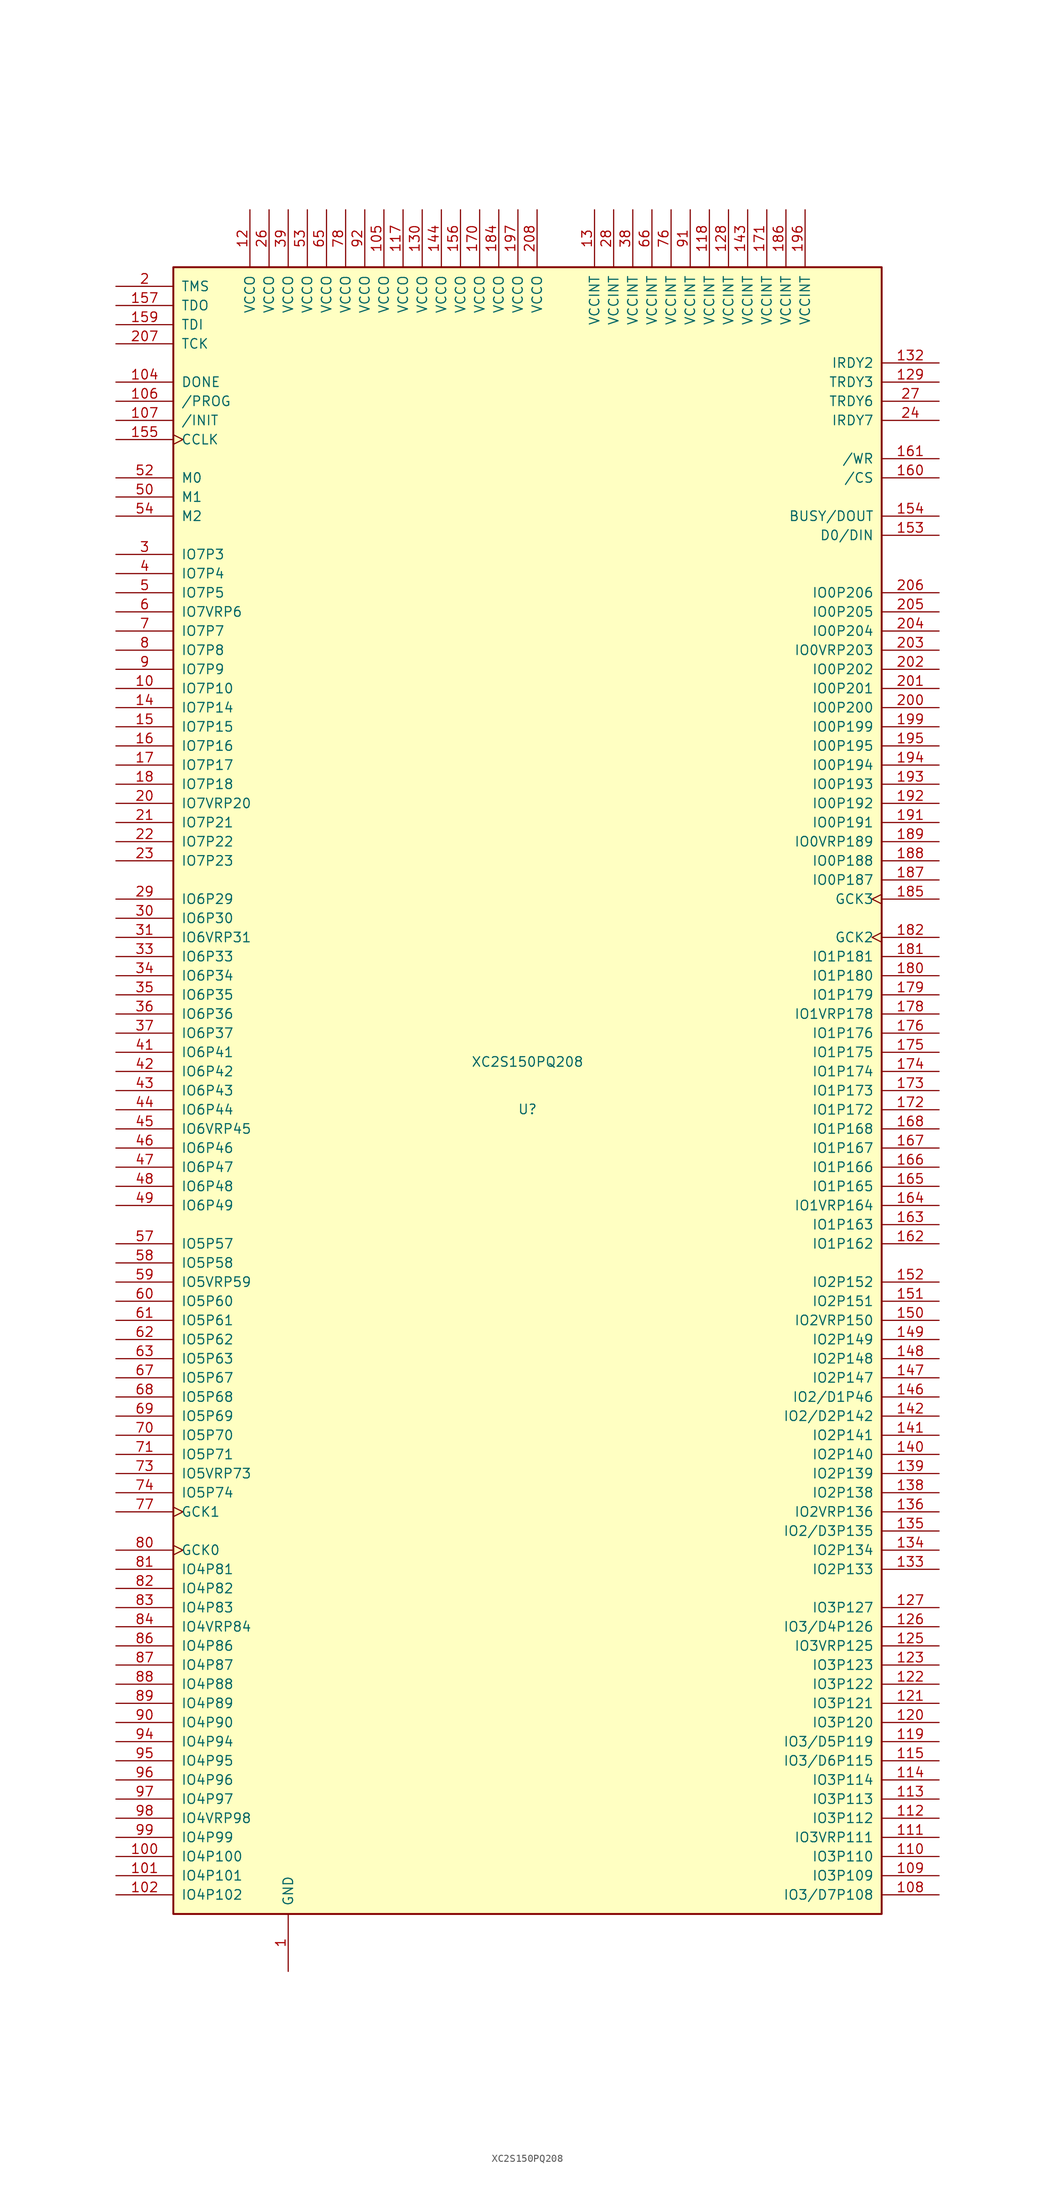
<source format=kicad_sym>
(kicad_symbol_lib
  (version 20231120)
  (generator "kicad_symbol_editor")
  (generator_version "8.0")
  (symbol "XC2S150PQ208"
    (pin_names
      (offset 1.016))
    (property "Reference" "U"
      (at 0 -2.489 0)
      (effects (font (size 1.27 1.27))))
    (property "Value" "XC2S150PQ208"
      (at 0 3.81 0)
      (effects (font (size 1.27 1.27))))
    (symbol "XC2S150PQ208_0_1"
      (rectangle (start -46.99 109.22) (end 46.99 -109.22) (stroke (width 0.254) (type default)) (fill (type background))))
    (symbol "XC2S150PQ208_1_1"
      (pin power_in line (at -31.75 -116.84 90) (length 7.62) (name "GND" (effects (font (size 1.27 1.27)))) (number "1" (effects (font (size 1.27 1.27)))))
      (pin bidirectional line (at -54.61 53.34 0) (length 7.62) (name "IO7P10" (effects (font (size 1.27 1.27)))) (number "10" (effects (font (size 1.27 1.27)))))
      (pin bidirectional line (at -54.61 -101.6 0) (length 7.62) (name "IO4P100" (effects (font (size 1.27 1.27)))) (number "100" (effects (font (size 1.27 1.27)))))
      (pin bidirectional line (at -54.61 -104.14 0) (length 7.62) (name "IO4P101" (effects (font (size 1.27 1.27)))) (number "101" (effects (font (size 1.27 1.27)))))
      (pin bidirectional line (at -54.61 -106.68 0) (length 7.62) (name "IO4P102" (effects (font (size 1.27 1.27)))) (number "102" (effects (font (size 1.27 1.27)))))
      (pin passive line (at -31.75 -116.84 90) (length 7.62) hide (name "GND" (effects (font (size 1.27 1.27)))) (number "103" (effects (font (size 1.27 1.27)))))
      (pin bidirectional line (at -54.61 93.98 0) (length 7.62) (name "DONE" (effects (font (size 1.27 1.27)))) (number "104" (effects (font (size 1.27 1.27)))))
      (pin power_in line (at -19.05 116.84 270) (length 7.62) (name "VCCO" (effects (font (size 1.27 1.27)))) (number "105" (effects (font (size 1.27 1.27)))))
      (pin input line (at -54.61 91.44 0) (length 7.62) (name "/PROG" (effects (font (size 1.27 1.27)))) (number "106" (effects (font (size 1.27 1.27)))))
      (pin bidirectional line (at -54.61 88.9 0) (length 7.62) (name "/INIT" (effects (font (size 1.27 1.27)))) (number "107" (effects (font (size 1.27 1.27)))))
      (pin bidirectional line (at 54.61 -106.68 180) (length 7.62) (name "IO3/D7P108" (effects (font (size 1.27 1.27)))) (number "108" (effects (font (size 1.27 1.27)))))
      (pin bidirectional line (at 54.61 -104.14 180) (length 7.62) (name "IO3P109" (effects (font (size 1.27 1.27)))) (number "109" (effects (font (size 1.27 1.27)))))
      (pin passive line (at -31.75 -116.84 90) (length 7.62) hide (name "GND" (effects (font (size 1.27 1.27)))) (number "11" (effects (font (size 1.27 1.27)))))
      (pin bidirectional line (at 54.61 -101.6 180) (length 7.62) (name "IO3P110" (effects (font (size 1.27 1.27)))) (number "110" (effects (font (size 1.27 1.27)))))
      (pin bidirectional line (at 54.61 -99.06 180) (length 7.62) (name "IO3VRP111" (effects (font (size 1.27 1.27)))) (number "111" (effects (font (size 1.27 1.27)))))
      (pin bidirectional line (at 54.61 -96.52 180) (length 7.62) (name "IO3P112" (effects (font (size 1.27 1.27)))) (number "112" (effects (font (size 1.27 1.27)))))
      (pin bidirectional line (at 54.61 -93.98 180) (length 7.62) (name "IO3P113" (effects (font (size 1.27 1.27)))) (number "113" (effects (font (size 1.27 1.27)))))
      (pin bidirectional line (at 54.61 -91.44 180) (length 7.62) (name "IO3P114" (effects (font (size 1.27 1.27)))) (number "114" (effects (font (size 1.27 1.27)))))
      (pin bidirectional line (at 54.61 -88.9 180) (length 7.62) (name "IO3/D6P115" (effects (font (size 1.27 1.27)))) (number "115" (effects (font (size 1.27 1.27)))))
      (pin passive line (at -31.75 -116.84 90) (length 7.62) hide (name "GND" (effects (font (size 1.27 1.27)))) (number "116" (effects (font (size 1.27 1.27)))))
      (pin power_in line (at -16.51 116.84 270) (length 7.62) (name "VCCO" (effects (font (size 1.27 1.27)))) (number "117" (effects (font (size 1.27 1.27)))))
      (pin power_in line (at 24.13 116.84 270) (length 7.62) (name "VCCINT" (effects (font (size 1.27 1.27)))) (number "118" (effects (font (size 1.27 1.27)))))
      (pin bidirectional line (at 54.61 -86.36 180) (length 7.62) (name "IO3/D5P119" (effects (font (size 1.27 1.27)))) (number "119" (effects (font (size 1.27 1.27)))))
      (pin power_in line (at -36.83 116.84 270) (length 7.62) (name "VCCO" (effects (font (size 1.27 1.27)))) (number "12" (effects (font (size 1.27 1.27)))))
      (pin bidirectional line (at 54.61 -83.82 180) (length 7.62) (name "IO3P120" (effects (font (size 1.27 1.27)))) (number "120" (effects (font (size 1.27 1.27)))))
      (pin bidirectional line (at 54.61 -81.28 180) (length 7.62) (name "IO3P121" (effects (font (size 1.27 1.27)))) (number "121" (effects (font (size 1.27 1.27)))))
      (pin bidirectional line (at 54.61 -78.74 180) (length 7.62) (name "IO3P122" (effects (font (size 1.27 1.27)))) (number "122" (effects (font (size 1.27 1.27)))))
      (pin bidirectional line (at 54.61 -76.2 180) (length 7.62) (name "IO3P123" (effects (font (size 1.27 1.27)))) (number "123" (effects (font (size 1.27 1.27)))))
      (pin passive line (at -31.75 -116.84 90) (length 7.62) hide (name "GND" (effects (font (size 1.27 1.27)))) (number "124" (effects (font (size 1.27 1.27)))))
      (pin bidirectional line (at 54.61 -73.66 180) (length 7.62) (name "IO3VRP125" (effects (font (size 1.27 1.27)))) (number "125" (effects (font (size 1.27 1.27)))))
      (pin bidirectional line (at 54.61 -71.12 180) (length 7.62) (name "IO3/D4P126" (effects (font (size 1.27 1.27)))) (number "126" (effects (font (size 1.27 1.27)))))
      (pin bidirectional line (at 54.61 -68.58 180) (length 7.62) (name "IO3P127" (effects (font (size 1.27 1.27)))) (number "127" (effects (font (size 1.27 1.27)))))
      (pin power_in line (at 26.67 116.84 270) (length 7.62) (name "VCCINT" (effects (font (size 1.27 1.27)))) (number "128" (effects (font (size 1.27 1.27)))))
      (pin bidirectional line (at 54.61 93.98 180) (length 7.62) (name "TRDY3" (effects (font (size 1.27 1.27)))) (number "129" (effects (font (size 1.27 1.27)))))
      (pin power_in line (at 8.89 116.84 270) (length 7.62) (name "VCCINT" (effects (font (size 1.27 1.27)))) (number "13" (effects (font (size 1.27 1.27)))))
      (pin power_in line (at -13.97 116.84 270) (length 7.62) (name "VCCO" (effects (font (size 1.27 1.27)))) (number "130" (effects (font (size 1.27 1.27)))))
      (pin passive line (at -31.75 -116.84 90) (length 7.62) hide (name "GND" (effects (font (size 1.27 1.27)))) (number "131" (effects (font (size 1.27 1.27)))))
      (pin bidirectional line (at 54.61 96.52 180) (length 7.62) (name "IRDY2" (effects (font (size 1.27 1.27)))) (number "132" (effects (font (size 1.27 1.27)))))
      (pin bidirectional line (at 54.61 -63.5 180) (length 7.62) (name "IO2P133" (effects (font (size 1.27 1.27)))) (number "133" (effects (font (size 1.27 1.27)))))
      (pin bidirectional line (at 54.61 -60.96 180) (length 7.62) (name "IO2P134" (effects (font (size 1.27 1.27)))) (number "134" (effects (font (size 1.27 1.27)))))
      (pin bidirectional line (at 54.61 -58.42 180) (length 7.62) (name "IO2/D3P135" (effects (font (size 1.27 1.27)))) (number "135" (effects (font (size 1.27 1.27)))))
      (pin bidirectional line (at 54.61 -55.88 180) (length 7.62) (name "IO2VRP136" (effects (font (size 1.27 1.27)))) (number "136" (effects (font (size 1.27 1.27)))))
      (pin passive line (at -31.75 -116.84 90) (length 7.62) hide (name "GND" (effects (font (size 1.27 1.27)))) (number "137" (effects (font (size 1.27 1.27)))))
      (pin bidirectional line (at 54.61 -53.34 180) (length 7.62) (name "IO2P138" (effects (font (size 1.27 1.27)))) (number "138" (effects (font (size 1.27 1.27)))))
      (pin bidirectional line (at 54.61 -50.8 180) (length 7.62) (name "IO2P139" (effects (font (size 1.27 1.27)))) (number "139" (effects (font (size 1.27 1.27)))))
      (pin bidirectional line (at -54.61 50.8 0) (length 7.62) (name "IO7P14" (effects (font (size 1.27 1.27)))) (number "14" (effects (font (size 1.27 1.27)))))
      (pin bidirectional line (at 54.61 -48.26 180) (length 7.62) (name "IO2P140" (effects (font (size 1.27 1.27)))) (number "140" (effects (font (size 1.27 1.27)))))
      (pin bidirectional line (at 54.61 -45.72 180) (length 7.62) (name "IO2P141" (effects (font (size 1.27 1.27)))) (number "141" (effects (font (size 1.27 1.27)))))
      (pin bidirectional line (at 54.61 -43.18 180) (length 7.62) (name "IO2/D2P142" (effects (font (size 1.27 1.27)))) (number "142" (effects (font (size 1.27 1.27)))))
      (pin power_in line (at 29.21 116.84 270) (length 7.62) (name "VCCINT" (effects (font (size 1.27 1.27)))) (number "143" (effects (font (size 1.27 1.27)))))
      (pin power_in line (at -11.43 116.84 270) (length 7.62) (name "VCCO" (effects (font (size 1.27 1.27)))) (number "144" (effects (font (size 1.27 1.27)))))
      (pin passive line (at -31.75 -116.84 90) (length 7.62) hide (name "GND" (effects (font (size 1.27 1.27)))) (number "145" (effects (font (size 1.27 1.27)))))
      (pin bidirectional line (at 54.61 -40.64 180) (length 7.62) (name "IO2/D1P46" (effects (font (size 1.27 1.27)))) (number "146" (effects (font (size 1.27 1.27)))))
      (pin bidirectional line (at 54.61 -38.1 180) (length 7.62) (name "IO2P147" (effects (font (size 1.27 1.27)))) (number "147" (effects (font (size 1.27 1.27)))))
      (pin bidirectional line (at 54.61 -35.56 180) (length 7.62) (name "IO2P148" (effects (font (size 1.27 1.27)))) (number "148" (effects (font (size 1.27 1.27)))))
      (pin bidirectional line (at 54.61 -33.02 180) (length 7.62) (name "IO2P149" (effects (font (size 1.27 1.27)))) (number "149" (effects (font (size 1.27 1.27)))))
      (pin bidirectional line (at -54.61 48.26 0) (length 7.62) (name "IO7P15" (effects (font (size 1.27 1.27)))) (number "15" (effects (font (size 1.27 1.27)))))
      (pin bidirectional line (at 54.61 -30.48 180) (length 7.62) (name "IO2VRP150" (effects (font (size 1.27 1.27)))) (number "150" (effects (font (size 1.27 1.27)))))
      (pin bidirectional line (at 54.61 -27.94 180) (length 7.62) (name "IO2P151" (effects (font (size 1.27 1.27)))) (number "151" (effects (font (size 1.27 1.27)))))
      (pin bidirectional line (at 54.61 -25.4 180) (length 7.62) (name "IO2P152" (effects (font (size 1.27 1.27)))) (number "152" (effects (font (size 1.27 1.27)))))
      (pin bidirectional line (at 54.61 73.66 180) (length 7.62) (name "D0/DIN" (effects (font (size 1.27 1.27)))) (number "153" (effects (font (size 1.27 1.27)))))
      (pin bidirectional line (at 54.61 76.2 180) (length 7.62) (name "BUSY/DOUT" (effects (font (size 1.27 1.27)))) (number "154" (effects (font (size 1.27 1.27)))))
      (pin bidirectional clock (at -54.61 86.36 0) (length 7.62) (name "CCLK" (effects (font (size 1.27 1.27)))) (number "155" (effects (font (size 1.27 1.27)))))
      (pin power_in line (at -8.89 116.84 270) (length 7.62) (name "VCCO" (effects (font (size 1.27 1.27)))) (number "156" (effects (font (size 1.27 1.27)))))
      (pin bidirectional line (at -54.61 104.14 0) (length 7.62) (name "TDO" (effects (font (size 1.27 1.27)))) (number "157" (effects (font (size 1.27 1.27)))))
      (pin passive line (at -31.75 -116.84 90) (length 7.62) hide (name "GND" (effects (font (size 1.27 1.27)))) (number "158" (effects (font (size 1.27 1.27)))))
      (pin bidirectional line (at -54.61 101.6 0) (length 7.62) (name "TDI" (effects (font (size 1.27 1.27)))) (number "159" (effects (font (size 1.27 1.27)))))
      (pin bidirectional line (at -54.61 45.72 0) (length 7.62) (name "IO7P16" (effects (font (size 1.27 1.27)))) (number "16" (effects (font (size 1.27 1.27)))))
      (pin bidirectional line (at 54.61 81.28 180) (length 7.62) (name "/CS" (effects (font (size 1.27 1.27)))) (number "160" (effects (font (size 1.27 1.27)))))
      (pin bidirectional line (at 54.61 83.82 180) (length 7.62) (name "/WR" (effects (font (size 1.27 1.27)))) (number "161" (effects (font (size 1.27 1.27)))))
      (pin bidirectional line (at 54.61 -20.32 180) (length 7.62) (name "IO1P162" (effects (font (size 1.27 1.27)))) (number "162" (effects (font (size 1.27 1.27)))))
      (pin bidirectional line (at 54.61 -17.78 180) (length 7.62) (name "IO1P163" (effects (font (size 1.27 1.27)))) (number "163" (effects (font (size 1.27 1.27)))))
      (pin bidirectional line (at 54.61 -15.24 180) (length 7.62) (name "IO1VRP164" (effects (font (size 1.27 1.27)))) (number "164" (effects (font (size 1.27 1.27)))))
      (pin bidirectional line (at 54.61 -12.7 180) (length 7.62) (name "IO1P165" (effects (font (size 1.27 1.27)))) (number "165" (effects (font (size 1.27 1.27)))))
      (pin bidirectional line (at 54.61 -10.16 180) (length 7.62) (name "IO1P166" (effects (font (size 1.27 1.27)))) (number "166" (effects (font (size 1.27 1.27)))))
      (pin bidirectional line (at 54.61 -7.62 180) (length 7.62) (name "IO1P167" (effects (font (size 1.27 1.27)))) (number "167" (effects (font (size 1.27 1.27)))))
      (pin bidirectional line (at 54.61 -5.08 180) (length 7.62) (name "IO1P168" (effects (font (size 1.27 1.27)))) (number "168" (effects (font (size 1.27 1.27)))))
      (pin passive line (at -31.75 -116.84 90) (length 7.62) hide (name "GND" (effects (font (size 1.27 1.27)))) (number "169" (effects (font (size 1.27 1.27)))))
      (pin bidirectional line (at -54.61 43.18 0) (length 7.62) (name "IO7P17" (effects (font (size 1.27 1.27)))) (number "17" (effects (font (size 1.27 1.27)))))
      (pin power_in line (at -6.35 116.84 270) (length 7.62) (name "VCCO" (effects (font (size 1.27 1.27)))) (number "170" (effects (font (size 1.27 1.27)))))
      (pin power_in line (at 31.75 116.84 270) (length 7.62) (name "VCCINT" (effects (font (size 1.27 1.27)))) (number "171" (effects (font (size 1.27 1.27)))))
      (pin bidirectional line (at 54.61 -2.54 180) (length 7.62) (name "IO1P172" (effects (font (size 1.27 1.27)))) (number "172" (effects (font (size 1.27 1.27)))))
      (pin bidirectional line (at 54.61 0 180) (length 7.62) (name "IO1P173" (effects (font (size 1.27 1.27)))) (number "173" (effects (font (size 1.27 1.27)))))
      (pin bidirectional line (at 54.61 2.54 180) (length 7.62) (name "IO1P174" (effects (font (size 1.27 1.27)))) (number "174" (effects (font (size 1.27 1.27)))))
      (pin bidirectional line (at 54.61 5.08 180) (length 7.62) (name "IO1P175" (effects (font (size 1.27 1.27)))) (number "175" (effects (font (size 1.27 1.27)))))
      (pin bidirectional line (at 54.61 7.62 180) (length 7.62) (name "IO1P176" (effects (font (size 1.27 1.27)))) (number "176" (effects (font (size 1.27 1.27)))))
      (pin passive line (at -31.75 -116.84 90) (length 7.62) hide (name "GND" (effects (font (size 1.27 1.27)))) (number "177" (effects (font (size 1.27 1.27)))))
      (pin bidirectional line (at 54.61 10.16 180) (length 7.62) (name "IO1VRP178" (effects (font (size 1.27 1.27)))) (number "178" (effects (font (size 1.27 1.27)))))
      (pin bidirectional line (at 54.61 12.7 180) (length 7.62) (name "IO1P179" (effects (font (size 1.27 1.27)))) (number "179" (effects (font (size 1.27 1.27)))))
      (pin bidirectional line (at -54.61 40.64 0) (length 7.62) (name "IO7P18" (effects (font (size 1.27 1.27)))) (number "18" (effects (font (size 1.27 1.27)))))
      (pin bidirectional line (at 54.61 15.24 180) (length 7.62) (name "IO1P180" (effects (font (size 1.27 1.27)))) (number "180" (effects (font (size 1.27 1.27)))))
      (pin bidirectional line (at 54.61 17.78 180) (length 7.62) (name "IO1P181" (effects (font (size 1.27 1.27)))) (number "181" (effects (font (size 1.27 1.27)))))
      (pin input clock (at 54.61 20.32 180) (length 7.62) (name "GCK2" (effects (font (size 1.27 1.27)))) (number "182" (effects (font (size 1.27 1.27)))))
      (pin passive line (at -31.75 -116.84 90) (length 7.62) hide (name "GND" (effects (font (size 1.27 1.27)))) (number "183" (effects (font (size 1.27 1.27)))))
      (pin power_in line (at -3.81 116.84 270) (length 7.62) (name "VCCO" (effects (font (size 1.27 1.27)))) (number "184" (effects (font (size 1.27 1.27)))))
      (pin input clock (at 54.61 25.4 180) (length 7.62) (name "GCK3" (effects (font (size 1.27 1.27)))) (number "185" (effects (font (size 1.27 1.27)))))
      (pin power_in line (at 34.29 116.84 270) (length 7.62) (name "VCCINT" (effects (font (size 1.27 1.27)))) (number "186" (effects (font (size 1.27 1.27)))))
      (pin bidirectional line (at 54.61 27.94 180) (length 7.62) (name "IO0P187" (effects (font (size 1.27 1.27)))) (number "187" (effects (font (size 1.27 1.27)))))
      (pin bidirectional line (at 54.61 30.48 180) (length 7.62) (name "IO0P188" (effects (font (size 1.27 1.27)))) (number "188" (effects (font (size 1.27 1.27)))))
      (pin bidirectional line (at 54.61 33.02 180) (length 7.62) (name "IO0VRP189" (effects (font (size 1.27 1.27)))) (number "189" (effects (font (size 1.27 1.27)))))
      (pin passive line (at -31.75 -116.84 90) (length 7.62) hide (name "GND" (effects (font (size 1.27 1.27)))) (number "19" (effects (font (size 1.27 1.27)))))
      (pin passive line (at -31.75 -116.84 90) (length 7.62) hide (name "GND" (effects (font (size 1.27 1.27)))) (number "190" (effects (font (size 1.27 1.27)))))
      (pin bidirectional line (at 54.61 35.56 180) (length 7.62) (name "IO0P191" (effects (font (size 1.27 1.27)))) (number "191" (effects (font (size 1.27 1.27)))))
      (pin bidirectional line (at 54.61 38.1 180) (length 7.62) (name "IO0P192" (effects (font (size 1.27 1.27)))) (number "192" (effects (font (size 1.27 1.27)))))
      (pin bidirectional line (at 54.61 40.64 180) (length 7.62) (name "IO0P193" (effects (font (size 1.27 1.27)))) (number "193" (effects (font (size 1.27 1.27)))))
      (pin bidirectional line (at 54.61 43.18 180) (length 7.62) (name "IO0P194" (effects (font (size 1.27 1.27)))) (number "194" (effects (font (size 1.27 1.27)))))
      (pin bidirectional line (at 54.61 45.72 180) (length 7.62) (name "IO0P195" (effects (font (size 1.27 1.27)))) (number "195" (effects (font (size 1.27 1.27)))))
      (pin power_in line (at 36.83 116.84 270) (length 7.62) (name "VCCINT" (effects (font (size 1.27 1.27)))) (number "196" (effects (font (size 1.27 1.27)))))
      (pin power_in line (at -1.27 116.84 270) (length 7.62) (name "VCCO" (effects (font (size 1.27 1.27)))) (number "197" (effects (font (size 1.27 1.27)))))
      (pin passive line (at -31.75 -116.84 90) (length 7.62) hide (name "GND" (effects (font (size 1.27 1.27)))) (number "198" (effects (font (size 1.27 1.27)))))
      (pin bidirectional line (at 54.61 48.26 180) (length 7.62) (name "IO0P199" (effects (font (size 1.27 1.27)))) (number "199" (effects (font (size 1.27 1.27)))))
      (pin bidirectional line (at -54.61 106.68 0) (length 7.62) (name "TMS" (effects (font (size 1.27 1.27)))) (number "2" (effects (font (size 1.27 1.27)))))
      (pin bidirectional line (at -54.61 38.1 0) (length 7.62) (name "IO7VRP20" (effects (font (size 1.27 1.27)))) (number "20" (effects (font (size 1.27 1.27)))))
      (pin bidirectional line (at 54.61 50.8 180) (length 7.62) (name "IO0P200" (effects (font (size 1.27 1.27)))) (number "200" (effects (font (size 1.27 1.27)))))
      (pin bidirectional line (at 54.61 53.34 180) (length 7.62) (name "IO0P201" (effects (font (size 1.27 1.27)))) (number "201" (effects (font (size 1.27 1.27)))))
      (pin bidirectional line (at 54.61 55.88 180) (length 7.62) (name "IO0P202" (effects (font (size 1.27 1.27)))) (number "202" (effects (font (size 1.27 1.27)))))
      (pin bidirectional line (at 54.61 58.42 180) (length 7.62) (name "IO0VRP203" (effects (font (size 1.27 1.27)))) (number "203" (effects (font (size 1.27 1.27)))))
      (pin bidirectional line (at 54.61 60.96 180) (length 7.62) (name "IO0P204" (effects (font (size 1.27 1.27)))) (number "204" (effects (font (size 1.27 1.27)))))
      (pin bidirectional line (at 54.61 63.5 180) (length 7.62) (name "IO0P205" (effects (font (size 1.27 1.27)))) (number "205" (effects (font (size 1.27 1.27)))))
      (pin bidirectional line (at 54.61 66.04 180) (length 7.62) (name "IO0P206" (effects (font (size 1.27 1.27)))) (number "206" (effects (font (size 1.27 1.27)))))
      (pin bidirectional line (at -54.61 99.06 0) (length 7.62) (name "TCK" (effects (font (size 1.27 1.27)))) (number "207" (effects (font (size 1.27 1.27)))))
      (pin power_in line (at 1.27 116.84 270) (length 7.62) (name "VCCO" (effects (font (size 1.27 1.27)))) (number "208" (effects (font (size 1.27 1.27)))))
      (pin bidirectional line (at -54.61 35.56 0) (length 7.62) (name "IO7P21" (effects (font (size 1.27 1.27)))) (number "21" (effects (font (size 1.27 1.27)))))
      (pin bidirectional line (at -54.61 33.02 0) (length 7.62) (name "IO7P22" (effects (font (size 1.27 1.27)))) (number "22" (effects (font (size 1.27 1.27)))))
      (pin bidirectional line (at -54.61 30.48 0) (length 7.62) (name "IO7P23" (effects (font (size 1.27 1.27)))) (number "23" (effects (font (size 1.27 1.27)))))
      (pin bidirectional line (at 54.61 88.9 180) (length 7.62) (name "IRDY7" (effects (font (size 1.27 1.27)))) (number "24" (effects (font (size 1.27 1.27)))))
      (pin passive line (at -31.75 -116.84 90) (length 7.62) hide (name "GND" (effects (font (size 1.27 1.27)))) (number "25" (effects (font (size 1.27 1.27)))))
      (pin power_in line (at -34.29 116.84 270) (length 7.62) (name "VCCO" (effects (font (size 1.27 1.27)))) (number "26" (effects (font (size 1.27 1.27)))))
      (pin bidirectional line (at 54.61 91.44 180) (length 7.62) (name "TRDY6" (effects (font (size 1.27 1.27)))) (number "27" (effects (font (size 1.27 1.27)))))
      (pin power_in line (at 11.43 116.84 270) (length 7.62) (name "VCCINT" (effects (font (size 1.27 1.27)))) (number "28" (effects (font (size 1.27 1.27)))))
      (pin bidirectional line (at -54.61 25.4 0) (length 7.62) (name "IO6P29" (effects (font (size 1.27 1.27)))) (number "29" (effects (font (size 1.27 1.27)))))
      (pin bidirectional line (at -54.61 71.12 0) (length 7.62) (name "IO7P3" (effects (font (size 1.27 1.27)))) (number "3" (effects (font (size 1.27 1.27)))))
      (pin bidirectional line (at -54.61 22.86 0) (length 7.62) (name "IO6P30" (effects (font (size 1.27 1.27)))) (number "30" (effects (font (size 1.27 1.27)))))
      (pin bidirectional line (at -54.61 20.32 0) (length 7.62) (name "IO6VRP31" (effects (font (size 1.27 1.27)))) (number "31" (effects (font (size 1.27 1.27)))))
      (pin passive line (at -31.75 -116.84 90) (length 7.62) hide (name "GND" (effects (font (size 1.27 1.27)))) (number "32" (effects (font (size 1.27 1.27)))))
      (pin bidirectional line (at -54.61 17.78 0) (length 7.62) (name "IO6P33" (effects (font (size 1.27 1.27)))) (number "33" (effects (font (size 1.27 1.27)))))
      (pin bidirectional line (at -54.61 15.24 0) (length 7.62) (name "IO6P34" (effects (font (size 1.27 1.27)))) (number "34" (effects (font (size 1.27 1.27)))))
      (pin bidirectional line (at -54.61 12.7 0) (length 7.62) (name "IO6P35" (effects (font (size 1.27 1.27)))) (number "35" (effects (font (size 1.27 1.27)))))
      (pin bidirectional line (at -54.61 10.16 0) (length 7.62) (name "IO6P36" (effects (font (size 1.27 1.27)))) (number "36" (effects (font (size 1.27 1.27)))))
      (pin bidirectional line (at -54.61 7.62 0) (length 7.62) (name "IO6P37" (effects (font (size 1.27 1.27)))) (number "37" (effects (font (size 1.27 1.27)))))
      (pin power_in line (at 13.97 116.84 270) (length 7.62) (name "VCCINT" (effects (font (size 1.27 1.27)))) (number "38" (effects (font (size 1.27 1.27)))))
      (pin power_in line (at -31.75 116.84 270) (length 7.62) (name "VCCO" (effects (font (size 1.27 1.27)))) (number "39" (effects (font (size 1.27 1.27)))))
      (pin bidirectional line (at -54.61 68.58 0) (length 7.62) (name "IO7P4" (effects (font (size 1.27 1.27)))) (number "4" (effects (font (size 1.27 1.27)))))
      (pin passive line (at -31.75 -116.84 90) (length 7.62) hide (name "GND" (effects (font (size 1.27 1.27)))) (number "40" (effects (font (size 1.27 1.27)))))
      (pin bidirectional line (at -54.61 5.08 0) (length 7.62) (name "IO6P41" (effects (font (size 1.27 1.27)))) (number "41" (effects (font (size 1.27 1.27)))))
      (pin bidirectional line (at -54.61 2.54 0) (length 7.62) (name "IO6P42" (effects (font (size 1.27 1.27)))) (number "42" (effects (font (size 1.27 1.27)))))
      (pin bidirectional line (at -54.61 0 0) (length 7.62) (name "IO6P43" (effects (font (size 1.27 1.27)))) (number "43" (effects (font (size 1.27 1.27)))))
      (pin bidirectional line (at -54.61 -2.54 0) (length 7.62) (name "IO6P44" (effects (font (size 1.27 1.27)))) (number "44" (effects (font (size 1.27 1.27)))))
      (pin bidirectional line (at -54.61 -5.08 0) (length 7.62) (name "IO6VRP45" (effects (font (size 1.27 1.27)))) (number "45" (effects (font (size 1.27 1.27)))))
      (pin bidirectional line (at -54.61 -7.62 0) (length 7.62) (name "IO6P46" (effects (font (size 1.27 1.27)))) (number "46" (effects (font (size 1.27 1.27)))))
      (pin bidirectional line (at -54.61 -10.16 0) (length 7.62) (name "IO6P47" (effects (font (size 1.27 1.27)))) (number "47" (effects (font (size 1.27 1.27)))))
      (pin bidirectional line (at -54.61 -12.7 0) (length 7.62) (name "IO6P48" (effects (font (size 1.27 1.27)))) (number "48" (effects (font (size 1.27 1.27)))))
      (pin bidirectional line (at -54.61 -15.24 0) (length 7.62) (name "IO6P49" (effects (font (size 1.27 1.27)))) (number "49" (effects (font (size 1.27 1.27)))))
      (pin bidirectional line (at -54.61 66.04 0) (length 7.62) (name "IO7P5" (effects (font (size 1.27 1.27)))) (number "5" (effects (font (size 1.27 1.27)))))
      (pin input line (at -54.61 78.74 0) (length 7.62) (name "M1" (effects (font (size 1.27 1.27)))) (number "50" (effects (font (size 1.27 1.27)))))
      (pin passive line (at -31.75 -116.84 90) (length 7.62) hide (name "GND" (effects (font (size 1.27 1.27)))) (number "51" (effects (font (size 1.27 1.27)))))
      (pin input line (at -54.61 81.28 0) (length 7.62) (name "M0" (effects (font (size 1.27 1.27)))) (number "52" (effects (font (size 1.27 1.27)))))
      (pin power_in line (at -29.21 116.84 270) (length 7.62) (name "VCCO" (effects (font (size 1.27 1.27)))) (number "53" (effects (font (size 1.27 1.27)))))
      (pin input line (at -54.61 76.2 0) (length 7.62) (name "M2" (effects (font (size 1.27 1.27)))) (number "54" (effects (font (size 1.27 1.27)))))
      (pin bidirectional line (at -54.61 -20.32 0) (length 7.62) (name "IO5P57" (effects (font (size 1.27 1.27)))) (number "57" (effects (font (size 1.27 1.27)))))
      (pin bidirectional line (at -54.61 -22.86 0) (length 7.62) (name "IO5P58" (effects (font (size 1.27 1.27)))) (number "58" (effects (font (size 1.27 1.27)))))
      (pin bidirectional line (at -54.61 -25.4 0) (length 7.62) (name "IO5VRP59" (effects (font (size 1.27 1.27)))) (number "59" (effects (font (size 1.27 1.27)))))
      (pin bidirectional line (at -54.61 63.5 0) (length 7.62) (name "IO7VRP6" (effects (font (size 1.27 1.27)))) (number "6" (effects (font (size 1.27 1.27)))))
      (pin bidirectional line (at -54.61 -27.94 0) (length 7.62) (name "IO5P60" (effects (font (size 1.27 1.27)))) (number "60" (effects (font (size 1.27 1.27)))))
      (pin bidirectional line (at -54.61 -30.48 0) (length 7.62) (name "IO5P61" (effects (font (size 1.27 1.27)))) (number "61" (effects (font (size 1.27 1.27)))))
      (pin bidirectional line (at -54.61 -33.02 0) (length 7.62) (name "IO5P62" (effects (font (size 1.27 1.27)))) (number "62" (effects (font (size 1.27 1.27)))))
      (pin bidirectional line (at -54.61 -35.56 0) (length 7.62) (name "IO5P63" (effects (font (size 1.27 1.27)))) (number "63" (effects (font (size 1.27 1.27)))))
      (pin passive line (at -31.75 -116.84 90) (length 7.62) hide (name "GND" (effects (font (size 1.27 1.27)))) (number "64" (effects (font (size 1.27 1.27)))))
      (pin power_in line (at -26.67 116.84 270) (length 7.62) (name "VCCO" (effects (font (size 1.27 1.27)))) (number "65" (effects (font (size 1.27 1.27)))))
      (pin power_in line (at 16.51 116.84 270) (length 7.62) (name "VCCINT" (effects (font (size 1.27 1.27)))) (number "66" (effects (font (size 1.27 1.27)))))
      (pin bidirectional line (at -54.61 -38.1 0) (length 7.62) (name "IO5P67" (effects (font (size 1.27 1.27)))) (number "67" (effects (font (size 1.27 1.27)))))
      (pin bidirectional line (at -54.61 -40.64 0) (length 7.62) (name "IO5P68" (effects (font (size 1.27 1.27)))) (number "68" (effects (font (size 1.27 1.27)))))
      (pin bidirectional line (at -54.61 -43.18 0) (length 7.62) (name "IO5P69" (effects (font (size 1.27 1.27)))) (number "69" (effects (font (size 1.27 1.27)))))
      (pin bidirectional line (at -54.61 60.96 0) (length 7.62) (name "IO7P7" (effects (font (size 1.27 1.27)))) (number "7" (effects (font (size 1.27 1.27)))))
      (pin bidirectional line (at -54.61 -45.72 0) (length 7.62) (name "IO5P70" (effects (font (size 1.27 1.27)))) (number "70" (effects (font (size 1.27 1.27)))))
      (pin bidirectional line (at -54.61 -48.26 0) (length 7.62) (name "IO5P71" (effects (font (size 1.27 1.27)))) (number "71" (effects (font (size 1.27 1.27)))))
      (pin passive line (at -31.75 -116.84 90) (length 7.62) hide (name "GND" (effects (font (size 1.27 1.27)))) (number "72" (effects (font (size 1.27 1.27)))))
      (pin bidirectional line (at -54.61 -50.8 0) (length 7.62) (name "IO5VRP73" (effects (font (size 1.27 1.27)))) (number "73" (effects (font (size 1.27 1.27)))))
      (pin bidirectional line (at -54.61 -53.34 0) (length 7.62) (name "IO5P74" (effects (font (size 1.27 1.27)))) (number "74" (effects (font (size 1.27 1.27)))))
      (pin power_in line (at 19.05 116.84 270) (length 7.62) (name "VCCINT" (effects (font (size 1.27 1.27)))) (number "76" (effects (font (size 1.27 1.27)))))
      (pin input clock (at -54.61 -55.88 0) (length 7.62) (name "GCK1" (effects (font (size 1.27 1.27)))) (number "77" (effects (font (size 1.27 1.27)))))
      (pin power_in line (at -24.13 116.84 270) (length 7.62) (name "VCCO" (effects (font (size 1.27 1.27)))) (number "78" (effects (font (size 1.27 1.27)))))
      (pin passive line (at -31.75 -116.84 90) (length 7.62) hide (name "GND" (effects (font (size 1.27 1.27)))) (number "79" (effects (font (size 1.27 1.27)))))
      (pin bidirectional line (at -54.61 58.42 0) (length 7.62) (name "IO7P8" (effects (font (size 1.27 1.27)))) (number "8" (effects (font (size 1.27 1.27)))))
      (pin input clock (at -54.61 -60.96 0) (length 7.62) (name "GCK0" (effects (font (size 1.27 1.27)))) (number "80" (effects (font (size 1.27 1.27)))))
      (pin bidirectional line (at -54.61 -63.5 0) (length 7.62) (name "IO4P81" (effects (font (size 1.27 1.27)))) (number "81" (effects (font (size 1.27 1.27)))))
      (pin bidirectional line (at -54.61 -66.04 0) (length 7.62) (name "IO4P82" (effects (font (size 1.27 1.27)))) (number "82" (effects (font (size 1.27 1.27)))))
      (pin bidirectional line (at -54.61 -68.58 0) (length 7.62) (name "IO4P83" (effects (font (size 1.27 1.27)))) (number "83" (effects (font (size 1.27 1.27)))))
      (pin bidirectional line (at -54.61 -71.12 0) (length 7.62) (name "IO4VRP84" (effects (font (size 1.27 1.27)))) (number "84" (effects (font (size 1.27 1.27)))))
      (pin passive line (at -31.75 -116.84 90) (length 7.62) hide (name "GND" (effects (font (size 1.27 1.27)))) (number "85" (effects (font (size 1.27 1.27)))))
      (pin bidirectional line (at -54.61 -73.66 0) (length 7.62) (name "IO4P86" (effects (font (size 1.27 1.27)))) (number "86" (effects (font (size 1.27 1.27)))))
      (pin bidirectional line (at -54.61 -76.2 0) (length 7.62) (name "IO4P87" (effects (font (size 1.27 1.27)))) (number "87" (effects (font (size 1.27 1.27)))))
      (pin bidirectional line (at -54.61 -78.74 0) (length 7.62) (name "IO4P88" (effects (font (size 1.27 1.27)))) (number "88" (effects (font (size 1.27 1.27)))))
      (pin bidirectional line (at -54.61 -81.28 0) (length 7.62) (name "IO4P89" (effects (font (size 1.27 1.27)))) (number "89" (effects (font (size 1.27 1.27)))))
      (pin bidirectional line (at -54.61 55.88 0) (length 7.62) (name "IO7P9" (effects (font (size 1.27 1.27)))) (number "9" (effects (font (size 1.27 1.27)))))
      (pin bidirectional line (at -54.61 -83.82 0) (length 7.62) (name "IO4P90" (effects (font (size 1.27 1.27)))) (number "90" (effects (font (size 1.27 1.27)))))
      (pin power_in line (at 21.59 116.84 270) (length 7.62) (name "VCCINT" (effects (font (size 1.27 1.27)))) (number "91" (effects (font (size 1.27 1.27)))))
      (pin power_in line (at -21.59 116.84 270) (length 7.62) (name "VCCO" (effects (font (size 1.27 1.27)))) (number "92" (effects (font (size 1.27 1.27)))))
      (pin passive line (at -31.75 -116.84 90) (length 7.62) hide (name "GND" (effects (font (size 1.27 1.27)))) (number "93" (effects (font (size 1.27 1.27)))))
      (pin bidirectional line (at -54.61 -86.36 0) (length 7.62) (name "IO4P94" (effects (font (size 1.27 1.27)))) (number "94" (effects (font (size 1.27 1.27)))))
      (pin bidirectional line (at -54.61 -88.9 0) (length 7.62) (name "IO4P95" (effects (font (size 1.27 1.27)))) (number "95" (effects (font (size 1.27 1.27)))))
      (pin bidirectional line (at -54.61 -91.44 0) (length 7.62) (name "IO4P96" (effects (font (size 1.27 1.27)))) (number "96" (effects (font (size 1.27 1.27)))))
      (pin bidirectional line (at -54.61 -93.98 0) (length 7.62) (name "IO4P97" (effects (font (size 1.27 1.27)))) (number "97" (effects (font (size 1.27 1.27)))))
      (pin bidirectional line (at -54.61 -96.52 0) (length 7.62) (name "IO4VRP98" (effects (font (size 1.27 1.27)))) (number "98" (effects (font (size 1.27 1.27)))))
      (pin bidirectional line (at -54.61 -99.06 0) (length 7.62) (name "IO4P99" (effects (font (size 1.27 1.27)))) (number "99" (effects (font (size 1.27 1.27))))))))
</source>
